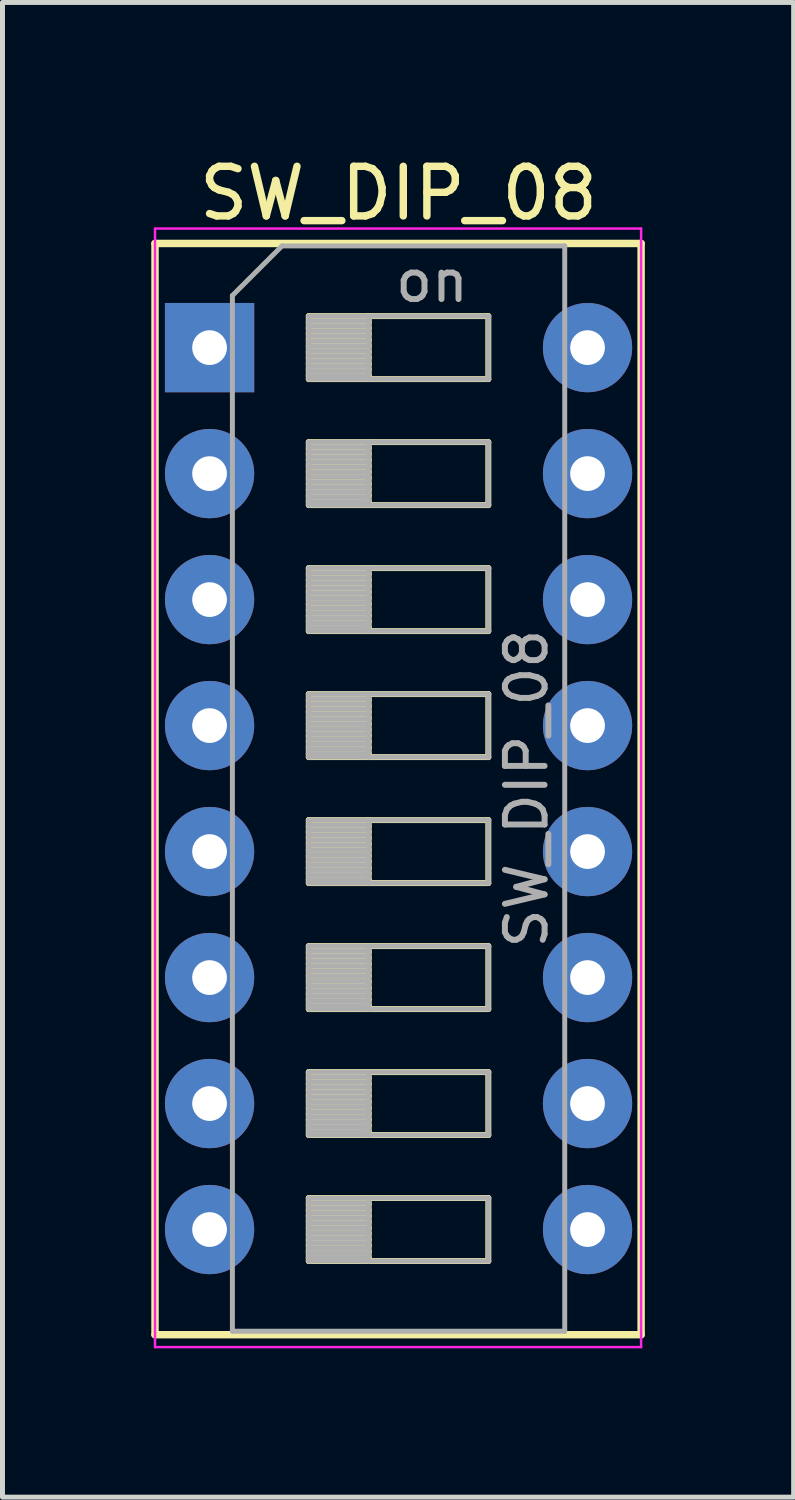
<source format=kicad_pcb>
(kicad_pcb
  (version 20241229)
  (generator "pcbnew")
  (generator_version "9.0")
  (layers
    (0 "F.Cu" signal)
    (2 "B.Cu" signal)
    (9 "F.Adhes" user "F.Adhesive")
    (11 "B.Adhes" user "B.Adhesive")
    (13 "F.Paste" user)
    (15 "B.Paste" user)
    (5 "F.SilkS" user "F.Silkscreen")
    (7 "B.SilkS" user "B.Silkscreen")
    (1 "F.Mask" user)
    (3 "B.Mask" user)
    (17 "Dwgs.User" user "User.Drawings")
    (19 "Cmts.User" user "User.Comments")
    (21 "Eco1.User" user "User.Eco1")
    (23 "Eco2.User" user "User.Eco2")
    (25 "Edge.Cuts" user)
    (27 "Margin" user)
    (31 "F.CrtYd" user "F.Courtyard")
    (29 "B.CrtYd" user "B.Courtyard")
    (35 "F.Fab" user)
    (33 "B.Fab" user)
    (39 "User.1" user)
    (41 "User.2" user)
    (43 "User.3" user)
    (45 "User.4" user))
  (footprint "SW_DIP_08"
    (layer "F.Cu")
    (at 1.175 3.958)
    (property "Reference" "SW_DIP_08" (at 3.81 -3.11 0) (layer "F.SilkS") (effects (font (size 1 1) (thickness 0.15))))
    (attr through_hole)
    (fp_line (start -1.1 -2.1) (end -1.1 19.9) (stroke (width 0.15) (type solid)) (layer "F.SilkS"))
    (fp_line (start -1.1 19.9) (end 8.7 19.9) (stroke (width 0.15) (type solid)) (layer "F.SilkS"))
    (fp_line (start 2 -0.635) (end 2 0.635) (stroke (width 0.12) (type solid)) (layer "F.SilkS"))
    (fp_line (start 2 -0.515) (end 3.207 -0.515) (stroke (width 0.12) (type solid)) (layer "F.SilkS"))
    (fp_line (start 2 -0.395) (end 3.207 -0.395) (stroke (width 0.12) (type solid)) (layer "F.SilkS"))
    (fp_line (start 2 -0.275) (end 3.207 -0.275) (stroke (width 0.12) (type solid)) (layer "F.SilkS"))
    (fp_line (start 2 -0.155) (end 3.207 -0.155) (stroke (width 0.12) (type solid)) (layer "F.SilkS"))
    (fp_line (start 2 -0.035) (end 3.207 -0.035) (stroke (width 0.12) (type solid)) (layer "F.SilkS"))
    (fp_line (start 2 0.085) (end 3.207 0.085) (stroke (width 0.12) (type solid)) (layer "F.SilkS"))
    (fp_line (start 2 0.205) (end 3.207 0.205) (stroke (width 0.12) (type solid)) (layer "F.SilkS"))
    (fp_line (start 2 0.325) (end 3.207 0.325) (stroke (width 0.12) (type solid)) (layer "F.SilkS"))
    (fp_line (start 2 0.445) (end 3.207 0.445) (stroke (width 0.12) (type solid)) (layer "F.SilkS"))
    (fp_line (start 2 0.565) (end 3.207 0.565) (stroke (width 0.12) (type solid)) (layer "F.SilkS"))
    (fp_line (start 2 0.635) (end 5.62 0.635) (stroke (width 0.12) (type solid)) (layer "F.SilkS"))
    (fp_line (start 2 1.905) (end 2 3.175) (stroke (width 0.12) (type solid)) (layer "F.SilkS"))
    (fp_line (start 2 2.025) (end 3.207 2.025) (stroke (width 0.12) (type solid)) (layer "F.SilkS"))
    (fp_line (start 2 2.145) (end 3.207 2.145) (stroke (width 0.12) (type solid)) (layer "F.SilkS"))
    (fp_line (start 2 2.265) (end 3.207 2.265) (stroke (width 0.12) (type solid)) (layer "F.SilkS"))
    (fp_line (start 2 2.385) (end 3.207 2.385) (stroke (width 0.12) (type solid)) (layer "F.SilkS"))
    (fp_line (start 2 2.505) (end 3.207 2.505) (stroke (width 0.12) (type solid)) (layer "F.SilkS"))
    (fp_line (start 2 2.625) (end 3.207 2.625) (stroke (width 0.12) (type solid)) (layer "F.SilkS"))
    (fp_line (start 2 2.745) (end 3.207 2.745) (stroke (width 0.12) (type solid)) (layer "F.SilkS"))
    (fp_line (start 2 2.865) (end 3.207 2.865) (stroke (width 0.12) (type solid)) (layer "F.SilkS"))
    (fp_line (start 2 2.985) (end 3.207 2.985) (stroke (width 0.12) (type solid)) (layer "F.SilkS"))
    (fp_line (start 2 3.105) (end 3.207 3.105) (stroke (width 0.12) (type solid)) (layer "F.SilkS"))
    (fp_line (start 2 3.175) (end 5.62 3.175) (stroke (width 0.12) (type solid)) (layer "F.SilkS"))
    (fp_line (start 2 4.445) (end 2 5.715) (stroke (width 0.12) (type solid)) (layer "F.SilkS"))
    (fp_line (start 2 4.565) (end 3.207 4.565) (stroke (width 0.12) (type solid)) (layer "F.SilkS"))
    (fp_line (start 2 4.685) (end 3.207 4.685) (stroke (width 0.12) (type solid)) (layer "F.SilkS"))
    (fp_line (start 2 4.805) (end 3.207 4.805) (stroke (width 0.12) (type solid)) (layer "F.SilkS"))
    (fp_line (start 2 4.925) (end 3.207 4.925) (stroke (width 0.12) (type solid)) (layer "F.SilkS"))
    (fp_line (start 2 5.045) (end 3.207 5.045) (stroke (width 0.12) (type solid)) (layer "F.SilkS"))
    (fp_line (start 2 5.165) (end 3.207 5.165) (stroke (width 0.12) (type solid)) (layer "F.SilkS"))
    (fp_line (start 2 5.285) (end 3.207 5.285) (stroke (width 0.12) (type solid)) (layer "F.SilkS"))
    (fp_line (start 2 5.405) (end 3.207 5.405) (stroke (width 0.12) (type solid)) (layer "F.SilkS"))
    (fp_line (start 2 5.525) (end 3.207 5.525) (stroke (width 0.12) (type solid)) (layer "F.SilkS"))
    (fp_line (start 2 5.645) (end 3.207 5.645) (stroke (width 0.12) (type solid)) (layer "F.SilkS"))
    (fp_line (start 2 5.715) (end 5.62 5.715) (stroke (width 0.12) (type solid)) (layer "F.SilkS"))
    (fp_line (start 2 6.985) (end 2 8.255) (stroke (width 0.12) (type solid)) (layer "F.SilkS"))
    (fp_line (start 2 7.105) (end 3.207 7.105) (stroke (width 0.12) (type solid)) (layer "F.SilkS"))
    (fp_line (start 2 7.225) (end 3.207 7.225) (stroke (width 0.12) (type solid)) (layer "F.SilkS"))
    (fp_line (start 2 7.345) (end 3.207 7.345) (stroke (width 0.12) (type solid)) (layer "F.SilkS"))
    (fp_line (start 2 7.465) (end 3.207 7.465) (stroke (width 0.12) (type solid)) (layer "F.SilkS"))
    (fp_line (start 2 7.585) (end 3.207 7.585) (stroke (width 0.12) (type solid)) (layer "F.SilkS"))
    (fp_line (start 2 7.705) (end 3.207 7.705) (stroke (width 0.12) (type solid)) (layer "F.SilkS"))
    (fp_line (start 2 7.825) (end 3.207 7.825) (stroke (width 0.12) (type solid)) (layer "F.SilkS"))
    (fp_line (start 2 7.945) (end 3.207 7.945) (stroke (width 0.12) (type solid)) (layer "F.SilkS"))
    (fp_line (start 2 8.065) (end 3.207 8.065) (stroke (width 0.12) (type solid)) (layer "F.SilkS"))
    (fp_line (start 2 8.185) (end 3.207 8.185) (stroke (width 0.12) (type solid)) (layer "F.SilkS"))
    (fp_line (start 2 8.255) (end 5.62 8.255) (stroke (width 0.12) (type solid)) (layer "F.SilkS"))
    (fp_line (start 2 9.525) (end 2 10.795) (stroke (width 0.12) (type solid)) (layer "F.SilkS"))
    (fp_line (start 2 9.645) (end 3.207 9.645) (stroke (width 0.12) (type solid)) (layer "F.SilkS"))
    (fp_line (start 2 9.765) (end 3.207 9.765) (stroke (width 0.12) (type solid)) (layer "F.SilkS"))
    (fp_line (start 2 9.885) (end 3.207 9.885) (stroke (width 0.12) (type solid)) (layer "F.SilkS"))
    (fp_line (start 2 10.005) (end 3.207 10.005) (stroke (width 0.12) (type solid)) (layer "F.SilkS"))
    (fp_line (start 2 10.125) (end 3.207 10.125) (stroke (width 0.12) (type solid)) (layer "F.SilkS"))
    (fp_line (start 2 10.245) (end 3.207 10.245) (stroke (width 0.12) (type solid)) (layer "F.SilkS"))
    (fp_line (start 2 10.365) (end 3.207 10.365) (stroke (width 0.12) (type solid)) (layer "F.SilkS"))
    (fp_line (start 2 10.485) (end 3.207 10.485) (stroke (width 0.12) (type solid)) (layer "F.SilkS"))
    (fp_line (start 2 10.605) (end 3.207 10.605) (stroke (width 0.12) (type solid)) (layer "F.SilkS"))
    (fp_line (start 2 10.725) (end 3.207 10.725) (stroke (width 0.12) (type solid)) (layer "F.SilkS"))
    (fp_line (start 2 10.795) (end 5.62 10.795) (stroke (width 0.12) (type solid)) (layer "F.SilkS"))
    (fp_line (start 2 12.065) (end 2 13.335) (stroke (width 0.12) (type solid)) (layer "F.SilkS"))
    (fp_line (start 2 12.185) (end 3.207 12.185) (stroke (width 0.12) (type solid)) (layer "F.SilkS"))
    (fp_line (start 2 12.305) (end 3.207 12.305) (stroke (width 0.12) (type solid)) (layer "F.SilkS"))
    (fp_line (start 2 12.425) (end 3.207 12.425) (stroke (width 0.12) (type solid)) (layer "F.SilkS"))
    (fp_line (start 2 12.545) (end 3.207 12.545) (stroke (width 0.12) (type solid)) (layer "F.SilkS"))
    (fp_line (start 2 12.665) (end 3.207 12.665) (stroke (width 0.12) (type solid)) (layer "F.SilkS"))
    (fp_line (start 2 12.785) (end 3.207 12.785) (stroke (width 0.12) (type solid)) (layer "F.SilkS"))
    (fp_line (start 2 12.905) (end 3.207 12.905) (stroke (width 0.12) (type solid)) (layer "F.SilkS"))
    (fp_line (start 2 13.025) (end 3.207 13.025) (stroke (width 0.12) (type solid)) (layer "F.SilkS"))
    (fp_line (start 2 13.145) (end 3.207 13.145) (stroke (width 0.12) (type solid)) (layer "F.SilkS"))
    (fp_line (start 2 13.265) (end 3.207 13.265) (stroke (width 0.12) (type solid)) (layer "F.SilkS"))
    (fp_line (start 2 13.335) (end 5.62 13.335) (stroke (width 0.12) (type solid)) (layer "F.SilkS"))
    (fp_line (start 2 14.605) (end 2 15.875) (stroke (width 0.12) (type solid)) (layer "F.SilkS"))
    (fp_line (start 2 14.725) (end 3.207 14.725) (stroke (width 0.12) (type solid)) (layer "F.SilkS"))
    (fp_line (start 2 14.845) (end 3.207 14.845) (stroke (width 0.12) (type solid)) (layer "F.SilkS"))
    (fp_line (start 2 14.965) (end 3.207 14.965) (stroke (width 0.12) (type solid)) (layer "F.SilkS"))
    (fp_line (start 2 15.085) (end 3.207 15.085) (stroke (width 0.12) (type solid)) (layer "F.SilkS"))
    (fp_line (start 2 15.205) (end 3.207 15.205) (stroke (width 0.12) (type solid)) (layer "F.SilkS"))
    (fp_line (start 2 15.325) (end 3.207 15.325) (stroke (width 0.12) (type solid)) (layer "F.SilkS"))
    (fp_line (start 2 15.445) (end 3.207 15.445) (stroke (width 0.12) (type solid)) (layer "F.SilkS"))
    (fp_line (start 2 15.565) (end 3.207 15.565) (stroke (width 0.12) (type solid)) (layer "F.SilkS"))
    (fp_line (start 2 15.685) (end 3.207 15.685) (stroke (width 0.12) (type solid)) (layer "F.SilkS"))
    (fp_line (start 2 15.805) (end 3.207 15.805) (stroke (width 0.12) (type solid)) (layer "F.SilkS"))
    (fp_line (start 2 15.875) (end 5.62 15.875) (stroke (width 0.12) (type solid)) (layer "F.SilkS"))
    (fp_line (start 2 17.145) (end 2 18.415) (stroke (width 0.12) (type solid)) (layer "F.SilkS"))
    (fp_line (start 2 17.265) (end 3.207 17.265) (stroke (width 0.12) (type solid)) (layer "F.SilkS"))
    (fp_line (start 2 17.385) (end 3.207 17.385) (stroke (width 0.12) (type solid)) (layer "F.SilkS"))
    (fp_line (start 2 17.505) (end 3.207 17.505) (stroke (width 0.12) (type solid)) (layer "F.SilkS"))
    (fp_line (start 2 17.625) (end 3.207 17.625) (stroke (width 0.12) (type solid)) (layer "F.SilkS"))
    (fp_line (start 2 17.745) (end 3.207 17.745) (stroke (width 0.12) (type solid)) (layer "F.SilkS"))
    (fp_line (start 2 17.865) (end 3.207 17.865) (stroke (width 0.12) (type solid)) (layer "F.SilkS"))
    (fp_line (start 2 17.985) (end 3.207 17.985) (stroke (width 0.12) (type solid)) (layer "F.SilkS"))
    (fp_line (start 2 18.105) (end 3.207 18.105) (stroke (width 0.12) (type solid)) (layer "F.SilkS"))
    (fp_line (start 2 18.225) (end 3.207 18.225) (stroke (width 0.12) (type solid)) (layer "F.SilkS"))
    (fp_line (start 2 18.345) (end 3.207 18.345) (stroke (width 0.12) (type solid)) (layer "F.SilkS"))
    (fp_line (start 2 18.415) (end 5.62 18.415) (stroke (width 0.12) (type solid)) (layer "F.SilkS"))
    (fp_line (start 3.207 -0.635) (end 3.207 0.635) (stroke (width 0.12) (type solid)) (layer "F.SilkS"))
    (fp_line (start 3.207 1.905) (end 3.207 3.175) (stroke (width 0.12) (type solid)) (layer "F.SilkS"))
    (fp_line (start 3.207 4.445) (end 3.207 5.715) (stroke (width 0.12) (type solid)) (layer "F.SilkS"))
    (fp_line (start 3.207 6.985) (end 3.207 8.255) (stroke (width 0.12) (type solid)) (layer "F.SilkS"))
    (fp_line (start 3.207 9.525) (end 3.207 10.795) (stroke (width 0.12) (type solid)) (layer "F.SilkS"))
    (fp_line (start 3.207 12.065) (end 3.207 13.335) (stroke (width 0.12) (type solid)) (layer "F.SilkS"))
    (fp_line (start 3.207 14.605) (end 3.207 15.875) (stroke (width 0.12) (type solid)) (layer "F.SilkS"))
    (fp_line (start 3.207 17.145) (end 3.207 18.415) (stroke (width 0.12) (type solid)) (layer "F.SilkS"))
    (fp_line (start 5.62 -0.635) (end 2 -0.635) (stroke (width 0.12) (type solid)) (layer "F.SilkS"))
    (fp_line (start 5.62 0.635) (end 5.62 -0.635) (stroke (width 0.12) (type solid)) (layer "F.SilkS"))
    (fp_line (start 5.62 1.905) (end 2 1.905) (stroke (width 0.12) (type solid)) (layer "F.SilkS"))
    (fp_line (start 5.62 3.175) (end 5.62 1.905) (stroke (width 0.12) (type solid)) (layer "F.SilkS"))
    (fp_line (start 5.62 4.445) (end 2 4.445) (stroke (width 0.12) (type solid)) (layer "F.SilkS"))
    (fp_line (start 5.62 5.715) (end 5.62 4.445) (stroke (width 0.12) (type solid)) (layer "F.SilkS"))
    (fp_line (start 5.62 6.985) (end 2 6.985) (stroke (width 0.12) (type solid)) (layer "F.SilkS"))
    (fp_line (start 5.62 8.255) (end 5.62 6.985) (stroke (width 0.12) (type solid)) (layer "F.SilkS"))
    (fp_line (start 5.62 9.525) (end 2 9.525) (stroke (width 0.12) (type solid)) (layer "F.SilkS"))
    (fp_line (start 5.62 10.795) (end 5.62 9.525) (stroke (width 0.12) (type solid)) (layer "F.SilkS"))
    (fp_line (start 5.62 12.065) (end 2 12.065) (stroke (width 0.12) (type solid)) (layer "F.SilkS"))
    (fp_line (start 5.62 13.335) (end 5.62 12.065) (stroke (width 0.12) (type solid)) (layer "F.SilkS"))
    (fp_line (start 5.62 14.605) (end 2 14.605) (stroke (width 0.12) (type solid)) (layer "F.SilkS"))
    (fp_line (start 5.62 15.875) (end 5.62 14.605) (stroke (width 0.12) (type solid)) (layer "F.SilkS"))
    (fp_line (start 5.62 17.145) (end 2 17.145) (stroke (width 0.12) (type solid)) (layer "F.SilkS"))
    (fp_line (start 5.62 18.415) (end 5.62 17.145) (stroke (width 0.12) (type solid)) (layer "F.SilkS"))
    (fp_line (start 8.7 -2.1) (end -1.1 -2.1) (stroke (width 0.15) (type solid)) (layer "F.SilkS"))
    (fp_line (start 8.7 19.9) (end 8.7 -2.1) (stroke (width 0.15) (type solid)) (layer "F.SilkS"))
    (fp_line (start -1.1 -2.4) (end -1.1 20.15) (stroke (width 0.05) (type solid)) (layer "F.CrtYd"))
    (fp_line (start -1.1 20.15) (end 8.7 20.15) (stroke (width 0.05) (type solid)) (layer "F.CrtYd"))
    (fp_line (start 8.7 -2.4) (end -1.1 -2.4) (stroke (width 0.05) (type solid)) (layer "F.CrtYd"))
    (fp_line (start 8.7 20.15) (end 8.7 -2.4) (stroke (width 0.05) (type solid)) (layer "F.CrtYd"))
    (fp_line (start 0.46 -1.05) (end 1.46 -2.05) (stroke (width 0.1) (type solid)) (layer "F.Fab"))
    (fp_line (start 0.46 19.83) (end 0.46 -1.05) (stroke (width 0.1) (type solid)) (layer "F.Fab"))
    (fp_line (start 1.46 -2.05) (end 7.16 -2.05) (stroke (width 0.1) (type solid)) (layer "F.Fab"))
    (fp_line (start 2 -0.635) (end 2 0.635) (stroke (width 0.1) (type solid)) (layer "F.Fab"))
    (fp_line (start 2 -0.535) (end 3.207 -0.535) (stroke (width 0.1) (type solid)) (layer "F.Fab"))
    (fp_line (start 2 -0.435) (end 3.207 -0.435) (stroke (width 0.1) (type solid)) (layer "F.Fab"))
    (fp_line (start 2 -0.335) (end 3.207 -0.335) (stroke (width 0.1) (type solid)) (layer "F.Fab"))
    (fp_line (start 2 -0.235) (end 3.207 -0.235) (stroke (width 0.1) (type solid)) (layer "F.Fab"))
    (fp_line (start 2 -0.135) (end 3.207 -0.135) (stroke (width 0.1) (type solid)) (layer "F.Fab"))
    (fp_line (start 2 -0.035) (end 3.207 -0.035) (stroke (width 0.1) (type solid)) (layer "F.Fab"))
    (fp_line (start 2 0.065) (end 3.207 0.065) (stroke (width 0.1) (type solid)) (layer "F.Fab"))
    (fp_line (start 2 0.165) (end 3.207 0.165) (stroke (width 0.1) (type solid)) (layer "F.Fab"))
    (fp_line (start 2 0.265) (end 3.207 0.265) (stroke (width 0.1) (type solid)) (layer "F.Fab"))
    (fp_line (start 2 0.365) (end 3.207 0.365) (stroke (width 0.1) (type solid)) (layer "F.Fab"))
    (fp_line (start 2 0.465) (end 3.207 0.465) (stroke (width 0.1) (type solid)) (layer "F.Fab"))
    (fp_line (start 2 0.565) (end 3.207 0.565) (stroke (width 0.1) (type solid)) (layer "F.Fab"))
    (fp_line (start 2 0.635) (end 5.62 0.635) (stroke (width 0.1) (type solid)) (layer "F.Fab"))
    (fp_line (start 2 1.905) (end 2 3.175) (stroke (width 0.1) (type solid)) (layer "F.Fab"))
    (fp_line (start 2 2.005) (end 3.207 2.005) (stroke (width 0.1) (type solid)) (layer "F.Fab"))
    (fp_line (start 2 2.105) (end 3.207 2.105) (stroke (width 0.1) (type solid)) (layer "F.Fab"))
    (fp_line (start 2 2.205) (end 3.207 2.205) (stroke (width 0.1) (type solid)) (layer "F.Fab"))
    (fp_line (start 2 2.305) (end 3.207 2.305) (stroke (width 0.1) (type solid)) (layer "F.Fab"))
    (fp_line (start 2 2.405) (end 3.207 2.405) (stroke (width 0.1) (type solid)) (layer "F.Fab"))
    (fp_line (start 2 2.505) (end 3.207 2.505) (stroke (width 0.1) (type solid)) (layer "F.Fab"))
    (fp_line (start 2 2.605) (end 3.207 2.605) (stroke (width 0.1) (type solid)) (layer "F.Fab"))
    (fp_line (start 2 2.705) (end 3.207 2.705) (stroke (width 0.1) (type solid)) (layer "F.Fab"))
    (fp_line (start 2 2.805) (end 3.207 2.805) (stroke (width 0.1) (type solid)) (layer "F.Fab"))
    (fp_line (start 2 2.905) (end 3.207 2.905) (stroke (width 0.1) (type solid)) (layer "F.Fab"))
    (fp_line (start 2 3.005) (end 3.207 3.005) (stroke (width 0.1) (type solid)) (layer "F.Fab"))
    (fp_line (start 2 3.105) (end 3.207 3.105) (stroke (width 0.1) (type solid)) (layer "F.Fab"))
    (fp_line (start 2 3.175) (end 5.62 3.175) (stroke (width 0.1) (type solid)) (layer "F.Fab"))
    (fp_line (start 2 4.445) (end 2 5.715) (stroke (width 0.1) (type solid)) (layer "F.Fab"))
    (fp_line (start 2 4.545) (end 3.207 4.545) (stroke (width 0.1) (type solid)) (layer "F.Fab"))
    (fp_line (start 2 4.645) (end 3.207 4.645) (stroke (width 0.1) (type solid)) (layer "F.Fab"))
    (fp_line (start 2 4.745) (end 3.207 4.745) (stroke (width 0.1) (type solid)) (layer "F.Fab"))
    (fp_line (start 2 4.845) (end 3.207 4.845) (stroke (width 0.1) (type solid)) (layer "F.Fab"))
    (fp_line (start 2 4.945) (end 3.207 4.945) (stroke (width 0.1) (type solid)) (layer "F.Fab"))
    (fp_line (start 2 5.045) (end 3.207 5.045) (stroke (width 0.1) (type solid)) (layer "F.Fab"))
    (fp_line (start 2 5.145) (end 3.207 5.145) (stroke (width 0.1) (type solid)) (layer "F.Fab"))
    (fp_line (start 2 5.245) (end 3.207 5.245) (stroke (width 0.1) (type solid)) (layer "F.Fab"))
    (fp_line (start 2 5.345) (end 3.207 5.345) (stroke (width 0.1) (type solid)) (layer "F.Fab"))
    (fp_line (start 2 5.445) (end 3.207 5.445) (stroke (width 0.1) (type solid)) (layer "F.Fab"))
    (fp_line (start 2 5.545) (end 3.207 5.545) (stroke (width 0.1) (type solid)) (layer "F.Fab"))
    (fp_line (start 2 5.645) (end 3.207 5.645) (stroke (width 0.1) (type solid)) (layer "F.Fab"))
    (fp_line (start 2 5.715) (end 5.62 5.715) (stroke (width 0.1) (type solid)) (layer "F.Fab"))
    (fp_line (start 2 6.985) (end 2 8.255) (stroke (width 0.1) (type solid)) (layer "F.Fab"))
    (fp_line (start 2 7.085) (end 3.207 7.085) (stroke (width 0.1) (type solid)) (layer "F.Fab"))
    (fp_line (start 2 7.185) (end 3.207 7.185) (stroke (width 0.1) (type solid)) (layer "F.Fab"))
    (fp_line (start 2 7.285) (end 3.207 7.285) (stroke (width 0.1) (type solid)) (layer "F.Fab"))
    (fp_line (start 2 7.385) (end 3.207 7.385) (stroke (width 0.1) (type solid)) (layer "F.Fab"))
    (fp_line (start 2 7.485) (end 3.207 7.485) (stroke (width 0.1) (type solid)) (layer "F.Fab"))
    (fp_line (start 2 7.585) (end 3.207 7.585) (stroke (width 0.1) (type solid)) (layer "F.Fab"))
    (fp_line (start 2 7.685) (end 3.207 7.685) (stroke (width 0.1) (type solid)) (layer "F.Fab"))
    (fp_line (start 2 7.785) (end 3.207 7.785) (stroke (width 0.1) (type solid)) (layer "F.Fab"))
    (fp_line (start 2 7.885) (end 3.207 7.885) (stroke (width 0.1) (type solid)) (layer "F.Fab"))
    (fp_line (start 2 7.985) (end 3.207 7.985) (stroke (width 0.1) (type solid)) (layer "F.Fab"))
    (fp_line (start 2 8.085) (end 3.207 8.085) (stroke (width 0.1) (type solid)) (layer "F.Fab"))
    (fp_line (start 2 8.185) (end 3.207 8.185) (stroke (width 0.1) (type solid)) (layer "F.Fab"))
    (fp_line (start 2 8.255) (end 5.62 8.255) (stroke (width 0.1) (type solid)) (layer "F.Fab"))
    (fp_line (start 2 9.525) (end 2 10.795) (stroke (width 0.1) (type solid)) (layer "F.Fab"))
    (fp_line (start 2 9.625) (end 3.207 9.625) (stroke (width 0.1) (type solid)) (layer "F.Fab"))
    (fp_line (start 2 9.725) (end 3.207 9.725) (stroke (width 0.1) (type solid)) (layer "F.Fab"))
    (fp_line (start 2 9.825) (end 3.207 9.825) (stroke (width 0.1) (type solid)) (layer "F.Fab"))
    (fp_line (start 2 9.925) (end 3.207 9.925) (stroke (width 0.1) (type solid)) (layer "F.Fab"))
    (fp_line (start 2 10.025) (end 3.207 10.025) (stroke (width 0.1) (type solid)) (layer "F.Fab"))
    (fp_line (start 2 10.125) (end 3.207 10.125) (stroke (width 0.1) (type solid)) (layer "F.Fab"))
    (fp_line (start 2 10.225) (end 3.207 10.225) (stroke (width 0.1) (type solid)) (layer "F.Fab"))
    (fp_line (start 2 10.325) (end 3.207 10.325) (stroke (width 0.1) (type solid)) (layer "F.Fab"))
    (fp_line (start 2 10.425) (end 3.207 10.425) (stroke (width 0.1) (type solid)) (layer "F.Fab"))
    (fp_line (start 2 10.525) (end 3.207 10.525) (stroke (width 0.1) (type solid)) (layer "F.Fab"))
    (fp_line (start 2 10.625) (end 3.207 10.625) (stroke (width 0.1) (type solid)) (layer "F.Fab"))
    (fp_line (start 2 10.725) (end 3.207 10.725) (stroke (width 0.1) (type solid)) (layer "F.Fab"))
    (fp_line (start 2 10.795) (end 5.62 10.795) (stroke (width 0.1) (type solid)) (layer "F.Fab"))
    (fp_line (start 2 12.065) (end 2 13.335) (stroke (width 0.1) (type solid)) (layer "F.Fab"))
    (fp_line (start 2 12.165) (end 3.207 12.165) (stroke (width 0.1) (type solid)) (layer "F.Fab"))
    (fp_line (start 2 12.265) (end 3.207 12.265) (stroke (width 0.1) (type solid)) (layer "F.Fab"))
    (fp_line (start 2 12.365) (end 3.207 12.365) (stroke (width 0.1) (type solid)) (layer "F.Fab"))
    (fp_line (start 2 12.465) (end 3.207 12.465) (stroke (width 0.1) (type solid)) (layer "F.Fab"))
    (fp_line (start 2 12.565) (end 3.207 12.565) (stroke (width 0.1) (type solid)) (layer "F.Fab"))
    (fp_line (start 2 12.665) (end 3.207 12.665) (stroke (width 0.1) (type solid)) (layer "F.Fab"))
    (fp_line (start 2 12.765) (end 3.207 12.765) (stroke (width 0.1) (type solid)) (layer "F.Fab"))
    (fp_line (start 2 12.865) (end 3.207 12.865) (stroke (width 0.1) (type solid)) (layer "F.Fab"))
    (fp_line (start 2 12.965) (end 3.207 12.965) (stroke (width 0.1) (type solid)) (layer "F.Fab"))
    (fp_line (start 2 13.065) (end 3.207 13.065) (stroke (width 0.1) (type solid)) (layer "F.Fab"))
    (fp_line (start 2 13.165) (end 3.207 13.165) (stroke (width 0.1) (type solid)) (layer "F.Fab"))
    (fp_line (start 2 13.265) (end 3.207 13.265) (stroke (width 0.1) (type solid)) (layer "F.Fab"))
    (fp_line (start 2 13.335) (end 5.62 13.335) (stroke (width 0.1) (type solid)) (layer "F.Fab"))
    (fp_line (start 2 14.605) (end 2 15.875) (stroke (width 0.1) (type solid)) (layer "F.Fab"))
    (fp_line (start 2 14.705) (end 3.207 14.705) (stroke (width 0.1) (type solid)) (layer "F.Fab"))
    (fp_line (start 2 14.805) (end 3.207 14.805) (stroke (width 0.1) (type solid)) (layer "F.Fab"))
    (fp_line (start 2 14.905) (end 3.207 14.905) (stroke (width 0.1) (type solid)) (layer "F.Fab"))
    (fp_line (start 2 15.005) (end 3.207 15.005) (stroke (width 0.1) (type solid)) (layer "F.Fab"))
    (fp_line (start 2 15.105) (end 3.207 15.105) (stroke (width 0.1) (type solid)) (layer "F.Fab"))
    (fp_line (start 2 15.205) (end 3.207 15.205) (stroke (width 0.1) (type solid)) (layer "F.Fab"))
    (fp_line (start 2 15.305) (end 3.207 15.305) (stroke (width 0.1) (type solid)) (layer "F.Fab"))
    (fp_line (start 2 15.405) (end 3.207 15.405) (stroke (width 0.1) (type solid)) (layer "F.Fab"))
    (fp_line (start 2 15.505) (end 3.207 15.505) (stroke (width 0.1) (type solid)) (layer "F.Fab"))
    (fp_line (start 2 15.605) (end 3.207 15.605) (stroke (width 0.1) (type solid)) (layer "F.Fab"))
    (fp_line (start 2 15.705) (end 3.207 15.705) (stroke (width 0.1) (type solid)) (layer "F.Fab"))
    (fp_line (start 2 15.805) (end 3.207 15.805) (stroke (width 0.1) (type solid)) (layer "F.Fab"))
    (fp_line (start 2 15.875) (end 5.62 15.875) (stroke (width 0.1) (type solid)) (layer "F.Fab"))
    (fp_line (start 2 17.145) (end 2 18.415) (stroke (width 0.1) (type solid)) (layer "F.Fab"))
    (fp_line (start 2 17.245) (end 3.207 17.245) (stroke (width 0.1) (type solid)) (layer "F.Fab"))
    (fp_line (start 2 17.345) (end 3.207 17.345) (stroke (width 0.1) (type solid)) (layer "F.Fab"))
    (fp_line (start 2 17.445) (end 3.207 17.445) (stroke (width 0.1) (type solid)) (layer "F.Fab"))
    (fp_line (start 2 17.545) (end 3.207 17.545) (stroke (width 0.1) (type solid)) (layer "F.Fab"))
    (fp_line (start 2 17.645) (end 3.207 17.645) (stroke (width 0.1) (type solid)) (layer "F.Fab"))
    (fp_line (start 2 17.745) (end 3.207 17.745) (stroke (width 0.1) (type solid)) (layer "F.Fab"))
    (fp_line (start 2 17.845) (end 3.207 17.845) (stroke (width 0.1) (type solid)) (layer "F.Fab"))
    (fp_line (start 2 17.945) (end 3.207 17.945) (stroke (width 0.1) (type solid)) (layer "F.Fab"))
    (fp_line (start 2 18.045) (end 3.207 18.045) (stroke (width 0.1) (type solid)) (layer "F.Fab"))
    (fp_line (start 2 18.145) (end 3.207 18.145) (stroke (width 0.1) (type solid)) (layer "F.Fab"))
    (fp_line (start 2 18.245) (end 3.207 18.245) (stroke (width 0.1) (type solid)) (layer "F.Fab"))
    (fp_line (start 2 18.345) (end 3.207 18.345) (stroke (width 0.1) (type solid)) (layer "F.Fab"))
    (fp_line (start 2 18.415) (end 5.62 18.415) (stroke (width 0.1) (type solid)) (layer "F.Fab"))
    (fp_line (start 3.207 -0.635) (end 3.207 0.635) (stroke (width 0.1) (type solid)) (layer "F.Fab"))
    (fp_line (start 3.207 1.905) (end 3.207 3.175) (stroke (width 0.1) (type solid)) (layer "F.Fab"))
    (fp_line (start 3.207 4.445) (end 3.207 5.715) (stroke (width 0.1) (type solid)) (layer "F.Fab"))
    (fp_line (start 3.207 6.985) (end 3.207 8.255) (stroke (width 0.1) (type solid)) (layer "F.Fab"))
    (fp_line (start 3.207 9.525) (end 3.207 10.795) (stroke (width 0.1) (type solid)) (layer "F.Fab"))
    (fp_line (start 3.207 12.065) (end 3.207 13.335) (stroke (width 0.1) (type solid)) (layer "F.Fab"))
    (fp_line (start 3.207 14.605) (end 3.207 15.875) (stroke (width 0.1) (type solid)) (layer "F.Fab"))
    (fp_line (start 3.207 17.145) (end 3.207 18.415) (stroke (width 0.1) (type solid)) (layer "F.Fab"))
    (fp_line (start 5.62 -0.635) (end 2 -0.635) (stroke (width 0.1) (type solid)) (layer "F.Fab"))
    (fp_line (start 5.62 0.635) (end 5.62 -0.635) (stroke (width 0.1) (type solid)) (layer "F.Fab"))
    (fp_line (start 5.62 1.905) (end 2 1.905) (stroke (width 0.1) (type solid)) (layer "F.Fab"))
    (fp_line (start 5.62 3.175) (end 5.62 1.905) (stroke (width 0.1) (type solid)) (layer "F.Fab"))
    (fp_line (start 5.62 4.445) (end 2 4.445) (stroke (width 0.1) (type solid)) (layer "F.Fab"))
    (fp_line (start 5.62 5.715) (end 5.62 4.445) (stroke (width 0.1) (type solid)) (layer "F.Fab"))
    (fp_line (start 5.62 6.985) (end 2 6.985) (stroke (width 0.1) (type solid)) (layer "F.Fab"))
    (fp_line (start 5.62 8.255) (end 5.62 6.985) (stroke (width 0.1) (type solid)) (layer "F.Fab"))
    (fp_line (start 5.62 9.525) (end 2 9.525) (stroke (width 0.1) (type solid)) (layer "F.Fab"))
    (fp_line (start 5.62 10.795) (end 5.62 9.525) (stroke (width 0.1) (type solid)) (layer "F.Fab"))
    (fp_line (start 5.62 12.065) (end 2 12.065) (stroke (width 0.1) (type solid)) (layer "F.Fab"))
    (fp_line (start 5.62 13.335) (end 5.62 12.065) (stroke (width 0.1) (type solid)) (layer "F.Fab"))
    (fp_line (start 5.62 14.605) (end 2 14.605) (stroke (width 0.1) (type solid)) (layer "F.Fab"))
    (fp_line (start 5.62 15.875) (end 5.62 14.605) (stroke (width 0.1) (type solid)) (layer "F.Fab"))
    (fp_line (start 5.62 17.145) (end 2 17.145) (stroke (width 0.1) (type solid)) (layer "F.Fab"))
    (fp_line (start 5.62 18.415) (end 5.62 17.145) (stroke (width 0.1) (type solid)) (layer "F.Fab"))
    (fp_line (start 7.16 -2.05) (end 7.16 19.83) (stroke (width 0.1) (type solid)) (layer "F.Fab"))
    (fp_line (start 7.16 19.83) (end 0.46 19.83) (stroke (width 0.1) (type solid)) (layer "F.Fab"))
    (fp_text user "${REFERENCE}" (at 6.39 8.89 90) (layer "F.Fab") (effects (font (size 0.8 0.8) (thickness 0.12))))
    (fp_text user "on" (at 4.485 -1.343 0) (layer "F.Fab") (effects (font (size 0.8 0.8) (thickness 0.12))))
    (pad "1" thru_hole rect (at 0 0) (size 1.8 1.8) (drill 0.7) (layers "*.Cu" "*.Mask" "B.Paste"))
    (pad "2" thru_hole oval (at 0 2.54) (size 1.8 1.8) (drill 0.7) (layers "*.Cu" "*.Mask" "B.Paste"))
    (pad "3" thru_hole oval (at 0 5.08) (size 1.8 1.8) (drill 0.7) (layers "*.Cu" "*.Mask" "B.Paste"))
    (pad "4" thru_hole oval (at 0 7.62) (size 1.8 1.8) (drill 0.7) (layers "*.Cu" "*.Mask" "B.Paste"))
    (pad "5" thru_hole oval (at 0 10.16) (size 1.8 1.8) (drill 0.7) (layers "*.Cu" "*.Mask" "B.Paste"))
    (pad "6" thru_hole oval (at 0 12.7) (size 1.8 1.8) (drill 0.7) (layers "*.Cu" "*.Mask" "B.Paste"))
    (pad "7" thru_hole oval (at 0 15.24) (size 1.8 1.8) (drill 0.7) (layers "*.Cu" "*.Mask" "B.Paste"))
    (pad "8" thru_hole oval (at 0 17.78) (size 1.8 1.8) (drill 0.7) (layers "*.Cu" "*.Mask" "B.Paste"))
    (pad "9" thru_hole oval (at 7.62 17.78) (size 1.8 1.8) (drill 0.7) (layers "*.Cu" "*.Mask" "B.Paste"))
    (pad "10" thru_hole oval (at 7.62 15.24) (size 1.8 1.8) (drill 0.7) (layers "*.Cu" "*.Mask" "B.Paste"))
    (pad "11" thru_hole oval (at 7.62 12.7) (size 1.8 1.8) (drill 0.7) (layers "*.Cu" "*.Mask" "B.Paste"))
    (pad "12" thru_hole oval (at 7.62 10.16) (size 1.8 1.8) (drill 0.7) (layers "*.Cu" "*.Mask" "B.Paste"))
    (pad "13" thru_hole oval (at 7.62 7.62) (size 1.8 1.8) (drill 0.7) (layers "*.Cu" "*.Mask" "B.Paste"))
    (pad "14" thru_hole oval (at 7.62 5.08) (size 1.8 1.8) (drill 0.7) (layers "*.Cu" "*.Mask" "B.Paste"))
    (pad "15" thru_hole oval (at 7.62 2.54) (size 1.8 1.8) (drill 0.7) (layers "*.Cu" "*.Mask" "B.Paste"))
    (pad "16" thru_hole oval (at 7.62 0) (size 1.8 1.8) (drill 0.7) (layers "*.Cu" "*.Mask" "B.Paste")))
  (gr_rect
    (start -3 -3)
    (end 12.95 27.133)
    (stroke (width 0.1) (type default))
    (fill no)
    (layer "Edge.Cuts")))
</source>
